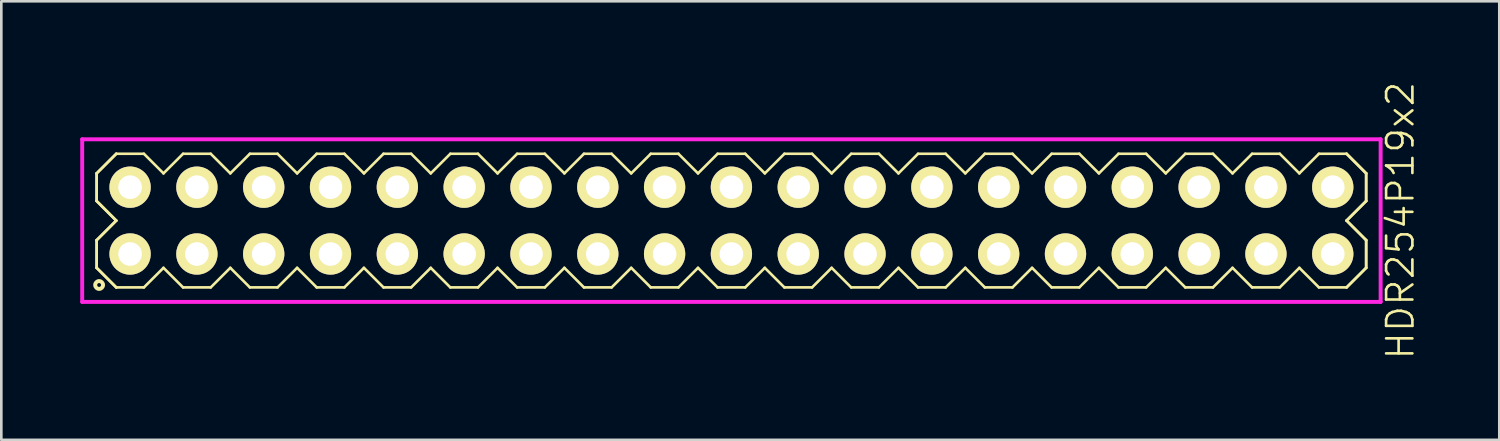
<source format=kicad_pcb>
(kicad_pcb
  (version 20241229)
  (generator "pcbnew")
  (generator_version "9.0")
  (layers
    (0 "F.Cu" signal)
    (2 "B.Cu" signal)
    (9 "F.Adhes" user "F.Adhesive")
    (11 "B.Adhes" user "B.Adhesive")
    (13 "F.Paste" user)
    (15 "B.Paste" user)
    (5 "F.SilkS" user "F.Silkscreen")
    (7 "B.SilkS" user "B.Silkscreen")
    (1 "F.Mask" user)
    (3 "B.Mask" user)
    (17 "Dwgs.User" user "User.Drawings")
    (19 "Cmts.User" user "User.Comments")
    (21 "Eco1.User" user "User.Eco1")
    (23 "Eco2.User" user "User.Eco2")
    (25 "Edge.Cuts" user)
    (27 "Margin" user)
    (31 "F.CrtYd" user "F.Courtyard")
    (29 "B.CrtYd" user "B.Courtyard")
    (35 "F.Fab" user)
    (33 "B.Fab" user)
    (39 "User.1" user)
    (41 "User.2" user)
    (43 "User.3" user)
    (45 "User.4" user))
  (footprint "HDR254P19x2"
    (layer "F.Cu")
    (at 24.755 5.336)
    (property "Reference" "HDR254P19x2" (at 25.43 0 90) (layer "F.SilkS") (effects (font (size 1 1) (thickness 0.1))))
    (attr through_hole)
    (fp_line (start -24.13 -1.796) (end -23.386 -2.54) (stroke (width 0.1) (type solid)) (layer "F.SilkS"))
    (fp_line (start -24.13 -1.796) (end -23.386 -2.54) (stroke (width 0.1) (type solid)) (layer "F.SilkS"))
    (fp_line (start -24.13 -0.744) (end -24.13 -1.796) (stroke (width 0.1) (type solid)) (layer "F.SilkS"))
    (fp_line (start -24.13 -0.744) (end -24.13 -1.796) (stroke (width 0.1) (type solid)) (layer "F.SilkS"))
    (fp_line (start -24.13 0.744) (end -23.386 0) (stroke (width 0.1) (type solid)) (layer "F.SilkS"))
    (fp_line (start -24.13 0.744) (end -23.386 0) (stroke (width 0.1) (type solid)) (layer "F.SilkS"))
    (fp_line (start -24.13 1.796) (end -24.13 0.744) (stroke (width 0.1) (type solid)) (layer "F.SilkS"))
    (fp_line (start -24.13 1.796) (end -24.13 0.744) (stroke (width 0.1) (type solid)) (layer "F.SilkS"))
    (fp_line (start -23.386 -2.54) (end -22.334 -2.54) (stroke (width 0.1) (type solid)) (layer "F.SilkS"))
    (fp_line (start -23.386 0) (end -24.13 -0.744) (stroke (width 0.1) (type solid)) (layer "F.SilkS"))
    (fp_line (start -23.386 0) (end -24.13 -0.744) (stroke (width 0.1) (type solid)) (layer "F.SilkS"))
    (fp_line (start -23.386 2.54) (end -24.13 1.796) (stroke (width 0.1) (type solid)) (layer "F.SilkS"))
    (fp_line (start -23.386 2.54) (end -24.13 1.796) (stroke (width 0.1) (type solid)) (layer "F.SilkS"))
    (fp_line (start -22.334 -2.54) (end -21.59 -1.796) (stroke (width 0.1) (type solid)) (layer "F.SilkS"))
    (fp_line (start -22.334 2.54) (end -23.386 2.54) (stroke (width 0.1) (type solid)) (layer "F.SilkS"))
    (fp_line (start -21.59 -1.796) (end -20.846 -2.54) (stroke (width 0.1) (type solid)) (layer "F.SilkS"))
    (fp_line (start -21.59 1.796) (end -22.334 2.54) (stroke (width 0.1) (type solid)) (layer "F.SilkS"))
    (fp_line (start -20.846 -2.54) (end -19.794 -2.54) (stroke (width 0.1) (type solid)) (layer "F.SilkS"))
    (fp_line (start -20.846 2.54) (end -21.59 1.796) (stroke (width 0.1) (type solid)) (layer "F.SilkS"))
    (fp_line (start -19.794 -2.54) (end -19.05 -1.796) (stroke (width 0.1) (type solid)) (layer "F.SilkS"))
    (fp_line (start -19.794 2.54) (end -20.846 2.54) (stroke (width 0.1) (type solid)) (layer "F.SilkS"))
    (fp_line (start -19.05 -1.796) (end -18.306 -2.54) (stroke (width 0.1) (type solid)) (layer "F.SilkS"))
    (fp_line (start -19.05 1.796) (end -19.794 2.54) (stroke (width 0.1) (type solid)) (layer "F.SilkS"))
    (fp_line (start -18.306 -2.54) (end -17.254 -2.54) (stroke (width 0.1) (type solid)) (layer "F.SilkS"))
    (fp_line (start -18.306 2.54) (end -19.05 1.796) (stroke (width 0.1) (type solid)) (layer "F.SilkS"))
    (fp_line (start -17.254 -2.54) (end -16.51 -1.796) (stroke (width 0.1) (type solid)) (layer "F.SilkS"))
    (fp_line (start -17.254 2.54) (end -18.306 2.54) (stroke (width 0.1) (type solid)) (layer "F.SilkS"))
    (fp_line (start -16.51 -1.796) (end -15.766 -2.54) (stroke (width 0.1) (type solid)) (layer "F.SilkS"))
    (fp_line (start -16.51 1.796) (end -17.254 2.54) (stroke (width 0.1) (type solid)) (layer "F.SilkS"))
    (fp_line (start -15.766 -2.54) (end -14.714 -2.54) (stroke (width 0.1) (type solid)) (layer "F.SilkS"))
    (fp_line (start -15.766 2.54) (end -16.51 1.796) (stroke (width 0.1) (type solid)) (layer "F.SilkS"))
    (fp_line (start -14.714 -2.54) (end -13.97 -1.796) (stroke (width 0.1) (type solid)) (layer "F.SilkS"))
    (fp_line (start -14.714 2.54) (end -15.766 2.54) (stroke (width 0.1) (type solid)) (layer "F.SilkS"))
    (fp_line (start -13.97 -1.796) (end -13.226 -2.54) (stroke (width 0.1) (type solid)) (layer "F.SilkS"))
    (fp_line (start -13.97 1.796) (end -14.714 2.54) (stroke (width 0.1) (type solid)) (layer "F.SilkS"))
    (fp_line (start -13.226 -2.54) (end -12.174 -2.54) (stroke (width 0.1) (type solid)) (layer "F.SilkS"))
    (fp_line (start -13.226 2.54) (end -13.97 1.796) (stroke (width 0.1) (type solid)) (layer "F.SilkS"))
    (fp_line (start -12.174 -2.54) (end -11.43 -1.796) (stroke (width 0.1) (type solid)) (layer "F.SilkS"))
    (fp_line (start -12.174 2.54) (end -13.226 2.54) (stroke (width 0.1) (type solid)) (layer "F.SilkS"))
    (fp_line (start -11.43 -1.796) (end -10.686 -2.54) (stroke (width 0.1) (type solid)) (layer "F.SilkS"))
    (fp_line (start -11.43 1.796) (end -12.174 2.54) (stroke (width 0.1) (type solid)) (layer "F.SilkS"))
    (fp_line (start -10.686 -2.54) (end -9.634 -2.54) (stroke (width 0.1) (type solid)) (layer "F.SilkS"))
    (fp_line (start -10.686 2.54) (end -11.43 1.796) (stroke (width 0.1) (type solid)) (layer "F.SilkS"))
    (fp_line (start -9.634 -2.54) (end -8.89 -1.796) (stroke (width 0.1) (type solid)) (layer "F.SilkS"))
    (fp_line (start -9.634 2.54) (end -10.686 2.54) (stroke (width 0.1) (type solid)) (layer "F.SilkS"))
    (fp_line (start -8.89 -1.796) (end -8.146 -2.54) (stroke (width 0.1) (type solid)) (layer "F.SilkS"))
    (fp_line (start -8.89 1.796) (end -9.634 2.54) (stroke (width 0.1) (type solid)) (layer "F.SilkS"))
    (fp_line (start -8.146 -2.54) (end -7.094 -2.54) (stroke (width 0.1) (type solid)) (layer "F.SilkS"))
    (fp_line (start -8.146 2.54) (end -8.89 1.796) (stroke (width 0.1) (type solid)) (layer "F.SilkS"))
    (fp_line (start -7.094 -2.54) (end -6.35 -1.796) (stroke (width 0.1) (type solid)) (layer "F.SilkS"))
    (fp_line (start -7.094 2.54) (end -8.146 2.54) (stroke (width 0.1) (type solid)) (layer "F.SilkS"))
    (fp_line (start -6.35 -1.796) (end -5.606 -2.54) (stroke (width 0.1) (type solid)) (layer "F.SilkS"))
    (fp_line (start -6.35 1.796) (end -7.094 2.54) (stroke (width 0.1) (type solid)) (layer "F.SilkS"))
    (fp_line (start -5.606 -2.54) (end -4.554 -2.54) (stroke (width 0.1) (type solid)) (layer "F.SilkS"))
    (fp_line (start -5.606 2.54) (end -6.35 1.796) (stroke (width 0.1) (type solid)) (layer "F.SilkS"))
    (fp_line (start -4.554 -2.54) (end -3.81 -1.796) (stroke (width 0.1) (type solid)) (layer "F.SilkS"))
    (fp_line (start -4.554 2.54) (end -5.606 2.54) (stroke (width 0.1) (type solid)) (layer "F.SilkS"))
    (fp_line (start -3.81 -1.796) (end -3.066 -2.54) (stroke (width 0.1) (type solid)) (layer "F.SilkS"))
    (fp_line (start -3.81 1.796) (end -4.554 2.54) (stroke (width 0.1) (type solid)) (layer "F.SilkS"))
    (fp_line (start -3.066 -2.54) (end -2.014 -2.54) (stroke (width 0.1) (type solid)) (layer "F.SilkS"))
    (fp_line (start -3.066 2.54) (end -3.81 1.796) (stroke (width 0.1) (type solid)) (layer "F.SilkS"))
    (fp_line (start -2.014 -2.54) (end -1.27 -1.796) (stroke (width 0.1) (type solid)) (layer "F.SilkS"))
    (fp_line (start -2.014 2.54) (end -3.066 2.54) (stroke (width 0.1) (type solid)) (layer "F.SilkS"))
    (fp_line (start -1.27 -1.796) (end -0.526 -2.54) (stroke (width 0.1) (type solid)) (layer "F.SilkS"))
    (fp_line (start -1.27 1.796) (end -2.014 2.54) (stroke (width 0.1) (type solid)) (layer "F.SilkS"))
    (fp_line (start -0.526 -2.54) (end 0.526 -2.54) (stroke (width 0.1) (type solid)) (layer "F.SilkS"))
    (fp_line (start -0.526 2.54) (end -1.27 1.796) (stroke (width 0.1) (type solid)) (layer "F.SilkS"))
    (fp_line (start 0.526 -2.54) (end 1.27 -1.796) (stroke (width 0.1) (type solid)) (layer "F.SilkS"))
    (fp_line (start 0.526 2.54) (end -0.526 2.54) (stroke (width 0.1) (type solid)) (layer "F.SilkS"))
    (fp_line (start 1.27 -1.796) (end 2.014 -2.54) (stroke (width 0.1) (type solid)) (layer "F.SilkS"))
    (fp_line (start 1.27 1.796) (end 0.526 2.54) (stroke (width 0.1) (type solid)) (layer "F.SilkS"))
    (fp_line (start 2.014 -2.54) (end 3.066 -2.54) (stroke (width 0.1) (type solid)) (layer "F.SilkS"))
    (fp_line (start 2.014 2.54) (end 1.27 1.796) (stroke (width 0.1) (type solid)) (layer "F.SilkS"))
    (fp_line (start 3.066 -2.54) (end 3.81 -1.796) (stroke (width 0.1) (type solid)) (layer "F.SilkS"))
    (fp_line (start 3.066 2.54) (end 2.014 2.54) (stroke (width 0.1) (type solid)) (layer "F.SilkS"))
    (fp_line (start 3.81 -1.796) (end 4.554 -2.54) (stroke (width 0.1) (type solid)) (layer "F.SilkS"))
    (fp_line (start 3.81 1.796) (end 3.066 2.54) (stroke (width 0.1) (type solid)) (layer "F.SilkS"))
    (fp_line (start 4.554 -2.54) (end 5.606 -2.54) (stroke (width 0.1) (type solid)) (layer "F.SilkS"))
    (fp_line (start 4.554 2.54) (end 3.81 1.796) (stroke (width 0.1) (type solid)) (layer "F.SilkS"))
    (fp_line (start 5.606 -2.54) (end 6.35 -1.796) (stroke (width 0.1) (type solid)) (layer "F.SilkS"))
    (fp_line (start 5.606 2.54) (end 4.554 2.54) (stroke (width 0.1) (type solid)) (layer "F.SilkS"))
    (fp_line (start 6.35 -1.796) (end 7.094 -2.54) (stroke (width 0.1) (type solid)) (layer "F.SilkS"))
    (fp_line (start 6.35 1.796) (end 5.606 2.54) (stroke (width 0.1) (type solid)) (layer "F.SilkS"))
    (fp_line (start 7.094 -2.54) (end 8.146 -2.54) (stroke (width 0.1) (type solid)) (layer "F.SilkS"))
    (fp_line (start 7.094 2.54) (end 6.35 1.796) (stroke (width 0.1) (type solid)) (layer "F.SilkS"))
    (fp_line (start 8.146 -2.54) (end 8.89 -1.796) (stroke (width 0.1) (type solid)) (layer "F.SilkS"))
    (fp_line (start 8.146 2.54) (end 7.094 2.54) (stroke (width 0.1) (type solid)) (layer "F.SilkS"))
    (fp_line (start 8.89 -1.796) (end 9.634 -2.54) (stroke (width 0.1) (type solid)) (layer "F.SilkS"))
    (fp_line (start 8.89 1.796) (end 8.146 2.54) (stroke (width 0.1) (type solid)) (layer "F.SilkS"))
    (fp_line (start 9.634 -2.54) (end 10.686 -2.54) (stroke (width 0.1) (type solid)) (layer "F.SilkS"))
    (fp_line (start 9.634 2.54) (end 8.89 1.796) (stroke (width 0.1) (type solid)) (layer "F.SilkS"))
    (fp_line (start 10.686 -2.54) (end 11.43 -1.796) (stroke (width 0.1) (type solid)) (layer "F.SilkS"))
    (fp_line (start 10.686 2.54) (end 9.634 2.54) (stroke (width 0.1) (type solid)) (layer "F.SilkS"))
    (fp_line (start 11.43 -1.796) (end 12.174 -2.54) (stroke (width 0.1) (type solid)) (layer "F.SilkS"))
    (fp_line (start 11.43 1.796) (end 10.686 2.54) (stroke (width 0.1) (type solid)) (layer "F.SilkS"))
    (fp_line (start 12.174 -2.54) (end 13.226 -2.54) (stroke (width 0.1) (type solid)) (layer "F.SilkS"))
    (fp_line (start 12.174 2.54) (end 11.43 1.796) (stroke (width 0.1) (type solid)) (layer "F.SilkS"))
    (fp_line (start 13.226 -2.54) (end 13.97 -1.796) (stroke (width 0.1) (type solid)) (layer "F.SilkS"))
    (fp_line (start 13.226 2.54) (end 12.174 2.54) (stroke (width 0.1) (type solid)) (layer "F.SilkS"))
    (fp_line (start 13.97 -1.796) (end 14.714 -2.54) (stroke (width 0.1) (type solid)) (layer "F.SilkS"))
    (fp_line (start 13.97 1.796) (end 13.226 2.54) (stroke (width 0.1) (type solid)) (layer "F.SilkS"))
    (fp_line (start 14.714 -2.54) (end 15.766 -2.54) (stroke (width 0.1) (type solid)) (layer "F.SilkS"))
    (fp_line (start 14.714 2.54) (end 13.97 1.796) (stroke (width 0.1) (type solid)) (layer "F.SilkS"))
    (fp_line (start 15.766 -2.54) (end 16.51 -1.796) (stroke (width 0.1) (type solid)) (layer "F.SilkS"))
    (fp_line (start 15.766 2.54) (end 14.714 2.54) (stroke (width 0.1) (type solid)) (layer "F.SilkS"))
    (fp_line (start 16.51 -1.796) (end 17.254 -2.54) (stroke (width 0.1) (type solid)) (layer "F.SilkS"))
    (fp_line (start 16.51 1.796) (end 15.766 2.54) (stroke (width 0.1) (type solid)) (layer "F.SilkS"))
    (fp_line (start 17.254 -2.54) (end 18.306 -2.54) (stroke (width 0.1) (type solid)) (layer "F.SilkS"))
    (fp_line (start 17.254 2.54) (end 16.51 1.796) (stroke (width 0.1) (type solid)) (layer "F.SilkS"))
    (fp_line (start 18.306 -2.54) (end 19.05 -1.796) (stroke (width 0.1) (type solid)) (layer "F.SilkS"))
    (fp_line (start 18.306 2.54) (end 17.254 2.54) (stroke (width 0.1) (type solid)) (layer "F.SilkS"))
    (fp_line (start 19.05 -1.796) (end 19.794 -2.54) (stroke (width 0.1) (type solid)) (layer "F.SilkS"))
    (fp_line (start 19.05 1.796) (end 18.306 2.54) (stroke (width 0.1) (type solid)) (layer "F.SilkS"))
    (fp_line (start 19.794 -2.54) (end 20.846 -2.54) (stroke (width 0.1) (type solid)) (layer "F.SilkS"))
    (fp_line (start 19.794 2.54) (end 19.05 1.796) (stroke (width 0.1) (type solid)) (layer "F.SilkS"))
    (fp_line (start 20.846 -2.54) (end 21.59 -1.796) (stroke (width 0.1) (type solid)) (layer "F.SilkS"))
    (fp_line (start 20.846 2.54) (end 19.794 2.54) (stroke (width 0.1) (type solid)) (layer "F.SilkS"))
    (fp_line (start 21.59 -1.796) (end 22.334 -2.54) (stroke (width 0.1) (type solid)) (layer "F.SilkS"))
    (fp_line (start 21.59 1.796) (end 20.846 2.54) (stroke (width 0.1) (type solid)) (layer "F.SilkS"))
    (fp_line (start 22.334 -2.54) (end 23.386 -2.54) (stroke (width 0.1) (type solid)) (layer "F.SilkS"))
    (fp_line (start 22.334 2.54) (end 21.59 1.796) (stroke (width 0.1) (type solid)) (layer "F.SilkS"))
    (fp_line (start 23.386 -2.54) (end 24.13 -1.796) (stroke (width 0.1) (type solid)) (layer "F.SilkS"))
    (fp_line (start 23.386 -2.54) (end 24.13 -1.796) (stroke (width 0.1) (type solid)) (layer "F.SilkS"))
    (fp_line (start 23.386 0) (end 24.13 0.744) (stroke (width 0.1) (type solid)) (layer "F.SilkS"))
    (fp_line (start 23.386 0) (end 24.13 0.744) (stroke (width 0.1) (type solid)) (layer "F.SilkS"))
    (fp_line (start 23.386 2.54) (end 22.334 2.54) (stroke (width 0.1) (type solid)) (layer "F.SilkS"))
    (fp_line (start 24.13 -1.796) (end 24.13 -0.744) (stroke (width 0.1) (type solid)) (layer "F.SilkS"))
    (fp_line (start 24.13 -1.796) (end 24.13 -0.744) (stroke (width 0.1) (type solid)) (layer "F.SilkS"))
    (fp_line (start 24.13 -0.744) (end 23.386 0) (stroke (width 0.1) (type solid)) (layer "F.SilkS"))
    (fp_line (start 24.13 -0.744) (end 23.386 0) (stroke (width 0.1) (type solid)) (layer "F.SilkS"))
    (fp_line (start 24.13 0.744) (end 24.13 1.796) (stroke (width 0.1) (type solid)) (layer "F.SilkS"))
    (fp_line (start 24.13 0.744) (end 24.13 1.796) (stroke (width 0.1) (type solid)) (layer "F.SilkS"))
    (fp_line (start 24.13 1.796) (end 23.386 2.54) (stroke (width 0.1) (type solid)) (layer "F.SilkS"))
    (fp_line (start 24.13 1.796) (end 23.386 2.54) (stroke (width 0.1) (type solid)) (layer "F.SilkS"))
    (fp_circle (center -24.037 2.448) (end -23.888 2.448) (stroke (width 0.15) (type solid)) (fill no) (layer "F.SilkS"))
    (fp_line (start -24.68 -3.09) (end -24.68 3.09) (stroke (width 0.15) (type solid)) (layer "F.CrtYd"))
    (fp_line (start -24.68 3.09) (end 24.68 3.09) (stroke (width 0.15) (type solid)) (layer "F.CrtYd"))
    (fp_line (start 24.68 -3.09) (end -24.68 -3.09) (stroke (width 0.15) (type solid)) (layer "F.CrtYd"))
    (fp_line (start 24.68 3.09) (end 24.68 -3.09) (stroke (width 0.15) (type solid)) (layer "F.CrtYd"))
    (pad "1" thru_hole oval (at -22.86 1.27) (size 1.57 1.57) (drill 0.9) (layers "*.Cu" "*.Mask" "F.SilkS"))
    (pad "2" thru_hole oval (at -22.86 -1.27) (size 1.57 1.57) (drill 0.9) (layers "*.Cu" "*.Mask" "F.SilkS"))
    (pad "3" thru_hole oval (at -20.32 1.27) (size 1.57 1.57) (drill 0.9) (layers "*.Cu" "*.Mask" "F.SilkS"))
    (pad "4" thru_hole oval (at -20.32 -1.27) (size 1.57 1.57) (drill 0.9) (layers "*.Cu" "*.Mask" "F.SilkS"))
    (pad "5" thru_hole oval (at -17.78 1.27) (size 1.57 1.57) (drill 0.9) (layers "*.Cu" "*.Mask" "F.SilkS"))
    (pad "6" thru_hole oval (at -17.78 -1.27) (size 1.57 1.57) (drill 0.9) (layers "*.Cu" "*.Mask" "F.SilkS"))
    (pad "7" thru_hole oval (at -15.24 1.27) (size 1.57 1.57) (drill 0.9) (layers "*.Cu" "*.Mask" "F.SilkS"))
    (pad "8" thru_hole oval (at -15.24 -1.27) (size 1.57 1.57) (drill 0.9) (layers "*.Cu" "*.Mask" "F.SilkS"))
    (pad "9" thru_hole oval (at -12.7 1.27) (size 1.57 1.57) (drill 0.9) (layers "*.Cu" "*.Mask" "F.SilkS"))
    (pad "10" thru_hole oval (at -12.7 -1.27) (size 1.57 1.57) (drill 0.9) (layers "*.Cu" "*.Mask" "F.SilkS"))
    (pad "11" thru_hole oval (at -10.16 1.27) (size 1.57 1.57) (drill 0.9) (layers "*.Cu" "*.Mask" "F.SilkS"))
    (pad "12" thru_hole oval (at -10.16 -1.27) (size 1.57 1.57) (drill 0.9) (layers "*.Cu" "*.Mask" "F.SilkS"))
    (pad "13" thru_hole oval (at -7.62 1.27) (size 1.57 1.57) (drill 0.9) (layers "*.Cu" "*.Mask" "F.SilkS"))
    (pad "14" thru_hole oval (at -7.62 -1.27) (size 1.57 1.57) (drill 0.9) (layers "*.Cu" "*.Mask" "F.SilkS"))
    (pad "15" thru_hole oval (at -5.08 1.27) (size 1.57 1.57) (drill 0.9) (layers "*.Cu" "*.Mask" "F.SilkS"))
    (pad "16" thru_hole oval (at -5.08 -1.27) (size 1.57 1.57) (drill 0.9) (layers "*.Cu" "*.Mask" "F.SilkS"))
    (pad "17" thru_hole oval (at -2.54 1.27) (size 1.57 1.57) (drill 0.9) (layers "*.Cu" "*.Mask" "F.SilkS"))
    (pad "18" thru_hole oval (at -2.54 -1.27) (size 1.57 1.57) (drill 0.9) (layers "*.Cu" "*.Mask" "F.SilkS"))
    (pad "19" thru_hole oval (at 0 1.27) (size 1.57 1.57) (drill 0.9) (layers "*.Cu" "*.Mask" "F.SilkS"))
    (pad "20" thru_hole oval (at 0 -1.27) (size 1.57 1.57) (drill 0.9) (layers "*.Cu" "*.Mask" "F.SilkS"))
    (pad "21" thru_hole oval (at 2.54 1.27) (size 1.57 1.57) (drill 0.9) (layers "*.Cu" "*.Mask" "F.SilkS"))
    (pad "22" thru_hole oval (at 2.54 -1.27) (size 1.57 1.57) (drill 0.9) (layers "*.Cu" "*.Mask" "F.SilkS"))
    (pad "23" thru_hole oval (at 5.08 1.27) (size 1.57 1.57) (drill 0.9) (layers "*.Cu" "*.Mask" "F.SilkS"))
    (pad "24" thru_hole oval (at 5.08 -1.27) (size 1.57 1.57) (drill 0.9) (layers "*.Cu" "*.Mask" "F.SilkS"))
    (pad "25" thru_hole oval (at 7.62 1.27) (size 1.57 1.57) (drill 0.9) (layers "*.Cu" "*.Mask" "F.SilkS"))
    (pad "26" thru_hole oval (at 7.62 -1.27) (size 1.57 1.57) (drill 0.9) (layers "*.Cu" "*.Mask" "F.SilkS"))
    (pad "27" thru_hole oval (at 10.16 1.27) (size 1.57 1.57) (drill 0.9) (layers "*.Cu" "*.Mask" "F.SilkS"))
    (pad "28" thru_hole oval (at 10.16 -1.27) (size 1.57 1.57) (drill 0.9) (layers "*.Cu" "*.Mask" "F.SilkS"))
    (pad "29" thru_hole oval (at 12.7 1.27) (size 1.57 1.57) (drill 0.9) (layers "*.Cu" "*.Mask" "F.SilkS"))
    (pad "30" thru_hole oval (at 12.7 -1.27) (size 1.57 1.57) (drill 0.9) (layers "*.Cu" "*.Mask" "F.SilkS"))
    (pad "31" thru_hole oval (at 15.24 1.27) (size 1.57 1.57) (drill 0.9) (layers "*.Cu" "*.Mask" "F.SilkS"))
    (pad "32" thru_hole oval (at 15.24 -1.27) (size 1.57 1.57) (drill 0.9) (layers "*.Cu" "*.Mask" "F.SilkS"))
    (pad "33" thru_hole oval (at 17.78 1.27) (size 1.57 1.57) (drill 0.9) (layers "*.Cu" "*.Mask" "F.SilkS"))
    (pad "34" thru_hole oval (at 17.78 -1.27) (size 1.57 1.57) (drill 0.9) (layers "*.Cu" "*.Mask" "F.SilkS"))
    (pad "35" thru_hole oval (at 20.32 1.27) (size 1.57 1.57) (drill 0.9) (layers "*.Cu" "*.Mask" "F.SilkS"))
    (pad "36" thru_hole oval (at 20.32 -1.27) (size 1.57 1.57) (drill 0.9) (layers "*.Cu" "*.Mask" "F.SilkS"))
    (pad "37" thru_hole oval (at 22.86 1.27) (size 1.57 1.57) (drill 0.9) (layers "*.Cu" "*.Mask" "F.SilkS"))
    (pad "38" thru_hole oval (at 22.86 -1.27) (size 1.57 1.57) (drill 0.9) (layers "*.Cu" "*.Mask" "F.SilkS")))
  (gr_rect
    (start -3 -3)
    (end 53.946 13.671)
    (stroke (width 0.1) (type default))
    (fill no)
    (layer "Edge.Cuts")))
</source>
